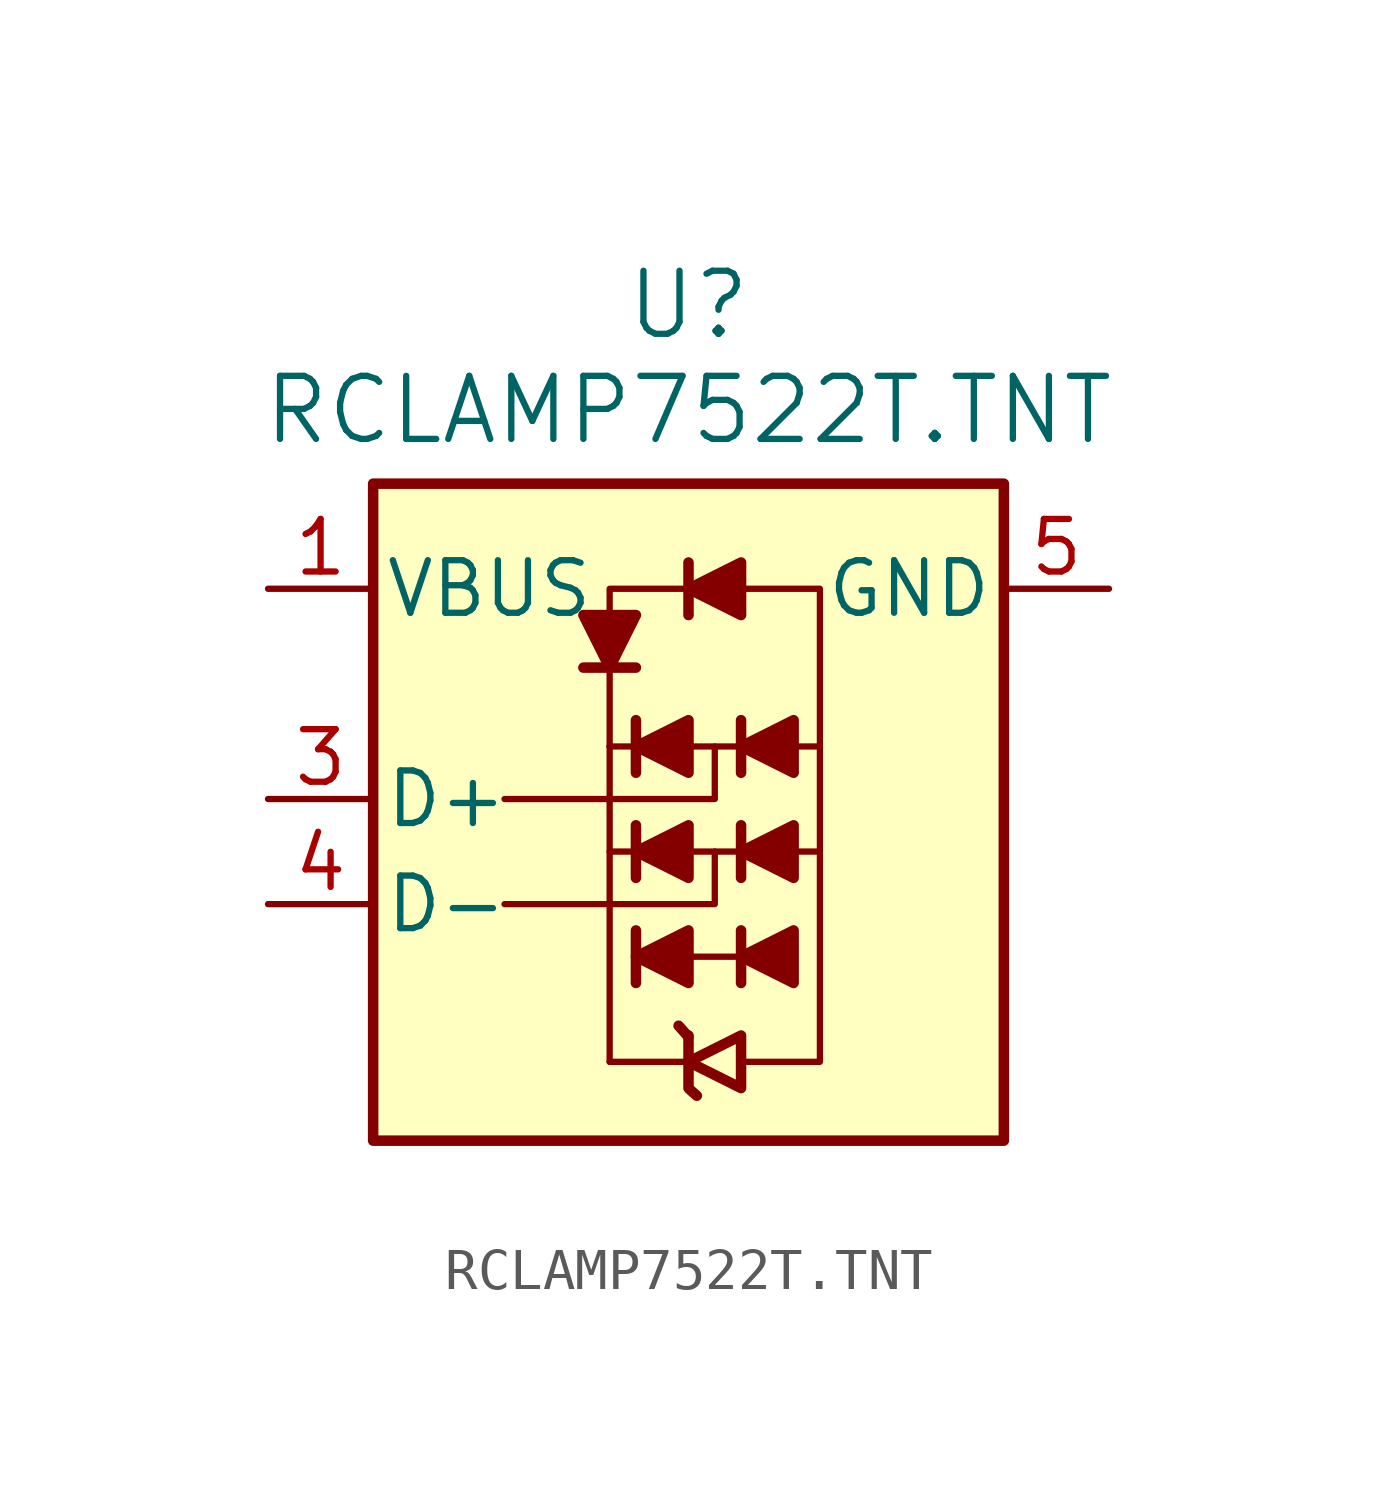
<source format=kicad_sym>
(kicad_symbol_lib
  (version 20231120)
  (generator "kicad_symbol_editor")
  (generator_version "8.0")
  (symbol "RCLAMP7522T.TNT"
    (pin_names
      (offset 0.254))
    (property "Reference" "U"
      (at 0 6.858 0)
      (effects (font (size 1.524 1.524))))
    (property "Value" "RCLAMP7522T.TNT"
      (at 0 4.318 0)
      (effects (font (size 1.524 1.524))))
    (property "ki_locked" ""
      (at 0 0 0)
      (effects (font (size 1.27 1.27))))
    (symbol "RCLAMP7522T.TNT_0_1"
      (rectangle (start -7.62 2.54) (end 7.62 -13.335) (stroke (width 0.254) (type default)) (fill (type background)))
      (polyline (pts (xy -2.54 -1.905) (xy -1.27 -1.905)) (stroke (width 0.254) (type default)) (fill (type none)))
      (polyline (pts (xy -1.27 -8.255) (xy -1.27 -9.525)) (stroke (width 0.254) (type default)) (fill (type none)))
      (polyline (pts (xy -1.27 -5.715) (xy -1.27 -6.985)) (stroke (width 0.254) (type default)) (fill (type none)))
      (polyline (pts (xy -1.27 -3.175) (xy -1.27 -4.445)) (stroke (width 0.254) (type default)) (fill (type none)))
      (polyline (pts (xy 0 -10.795) (xy 0 -12.065)) (stroke (width 0.254) (type default)) (fill (type none)))
      (polyline (pts (xy 0 0.635) (xy 0 -0.635)) (stroke (width 0.254) (type default)) (fill (type none)))
      (polyline (pts (xy 1.27 -8.255) (xy 1.27 -9.525)) (stroke (width 0.254) (type default)) (fill (type none)))
      (polyline (pts (xy 1.27 -5.715) (xy 1.27 -6.985)) (stroke (width 0.254) (type default)) (fill (type none)))
      (polyline (pts (xy 1.27 -3.175) (xy 1.27 -4.445)) (stroke (width 0.254) (type default)) (fill (type none)))
      (polyline (pts (xy -1.905 -1.905) (xy -2.54 -0.635) (xy -1.27 -0.635) (xy -1.905 -1.905)) (stroke (width 0.254) (type default)) (fill (type outline)))
      (polyline (pts (xy -1.27 -8.89) (xy 0 -8.255) (xy 0 -9.525) (xy -1.27 -8.89)) (stroke (width 0.254) (type default)) (fill (type outline)))
      (polyline (pts (xy -1.27 -6.35) (xy 0 -5.715) (xy 0 -6.985) (xy -1.27 -6.35)) (stroke (width 0.254) (type default)) (fill (type outline)))
      (polyline (pts (xy -1.27 -3.81) (xy 0 -3.175) (xy 0 -4.445) (xy -1.27 -3.81)) (stroke (width 0.254) (type default)) (fill (type outline)))
      (polyline (pts (xy 0 0) (xy 1.27 0.635) (xy 1.27 -0.635) (xy 0 0)) (stroke (width 0.254) (type default)) (fill (type outline)))
      (polyline (pts (xy 1.27 -8.89) (xy 2.54 -8.255) (xy 2.54 -9.525) (xy 1.27 -8.89)) (stroke (width 0.254) (type default)) (fill (type outline)))
      (polyline (pts (xy 1.27 -6.35) (xy 2.54 -5.715) (xy 2.54 -6.985) (xy 1.27 -6.35)) (stroke (width 0.254) (type default)) (fill (type outline)))
      (polyline (pts (xy 1.27 -3.81) (xy 2.54 -3.175) (xy 2.54 -4.445) (xy 1.27 -3.81)) (stroke (width 0.254) (type default)) (fill (type outline))))
    (symbol "RCLAMP7522T.TNT_1_1"
      (polyline (pts (xy -1.905 -11.43) (xy -1.905 -3.81)) (stroke (width 0) (type default)) (fill (type none)))
      (polyline (pts (xy -1.905 -1.905) (xy -1.905 -3.81)) (stroke (width 0) (type default)) (fill (type none)))
      (polyline (pts (xy -1.27 -6.35) (xy -1.905 -6.35)) (stroke (width 0) (type default)) (fill (type none)))
      (polyline (pts (xy -1.27 -3.81) (xy -1.905 -3.81)) (stroke (width 0) (type default)) (fill (type none)))
      (polyline (pts (xy -0.239 -10.558) (xy -0.004 -10.822)) (stroke (width 0.254) (type default)) (fill (type none)))
      (polyline (pts (xy 0 -11.43) (xy -1.905 -11.43)) (stroke (width 0) (type default)) (fill (type none)))
      (polyline (pts (xy 0 -6.35) (xy 1.27 -6.35)) (stroke (width 0) (type default)) (fill (type none)))
      (polyline (pts (xy 0.035 -12.102) (xy 0.201 -12.249)) (stroke (width 0.254) (type default)) (fill (type none)))
      (polyline (pts (xy 1.27 -8.89) (xy 0 -8.89)) (stroke (width 0) (type default)) (fill (type none)))
      (polyline (pts (xy 1.27 -3.81) (xy 0 -3.81)) (stroke (width 0) (type default)) (fill (type none)))
      (polyline (pts (xy 2.54 -6.35) (xy 3.175 -6.35)) (stroke (width 0) (type default)) (fill (type none)))
      (polyline (pts (xy 2.54 -3.81) (xy 3.175 -3.81)) (stroke (width 0) (type default)) (fill (type none)))
      (polyline (pts (xy -4.445 -7.62) (xy 0.635 -7.62) (xy 0.635 -6.35)) (stroke (width 0) (type default)) (fill (type none)))
      (polyline (pts (xy -4.445 -5.08) (xy 0.635 -5.08) (xy 0.635 -3.81)) (stroke (width 0) (type default)) (fill (type none)))
      (polyline (pts (xy -1.905 -0.635) (xy -1.905 0) (xy 0 0)) (stroke (width 0) (type default)) (fill (type none)))
      (polyline (pts (xy 0 -11.43) (xy 1.27 -10.795) (xy 1.27 -12.065) (xy 0 -11.43)) (stroke (width 0.254) (type default)) (fill (type none)))
      (polyline (pts (xy 1.27 0) (xy 3.175 0) (xy 3.175 -11.43) (xy 1.27 -11.43)) (stroke (width 0) (type default)) (fill (type none)))
      (pin passive line (at -10.16 0 0) (length 2.54) (name "VBUS" (effects (font (size 1.27 1.27)))) (number "1" (effects (font (size 1.27 1.27)))) (alternate "GND" passive line))
      (pin passive line (at -10.16 -5.08 0) (length 2.54) (name "D+" (effects (font (size 1.27 1.27)))) (number "3" (effects (font (size 1.27 1.27)))) (alternate "I2C-SDC" passive line))
      (pin passive line (at -10.16 -7.62 0) (length 2.54) (name "D-" (effects (font (size 1.27 1.27)))) (number "4" (effects (font (size 1.27 1.27)))) (alternate "I2C-SDC" passive line))
      (pin passive line (at 10.16 0 180) (length 2.54) (name "GND" (effects (font (size 1.27 1.27)))) (number "5" (effects (font (size 1.27 1.27)))) (alternate "RESET" passive line)))))
</source>
